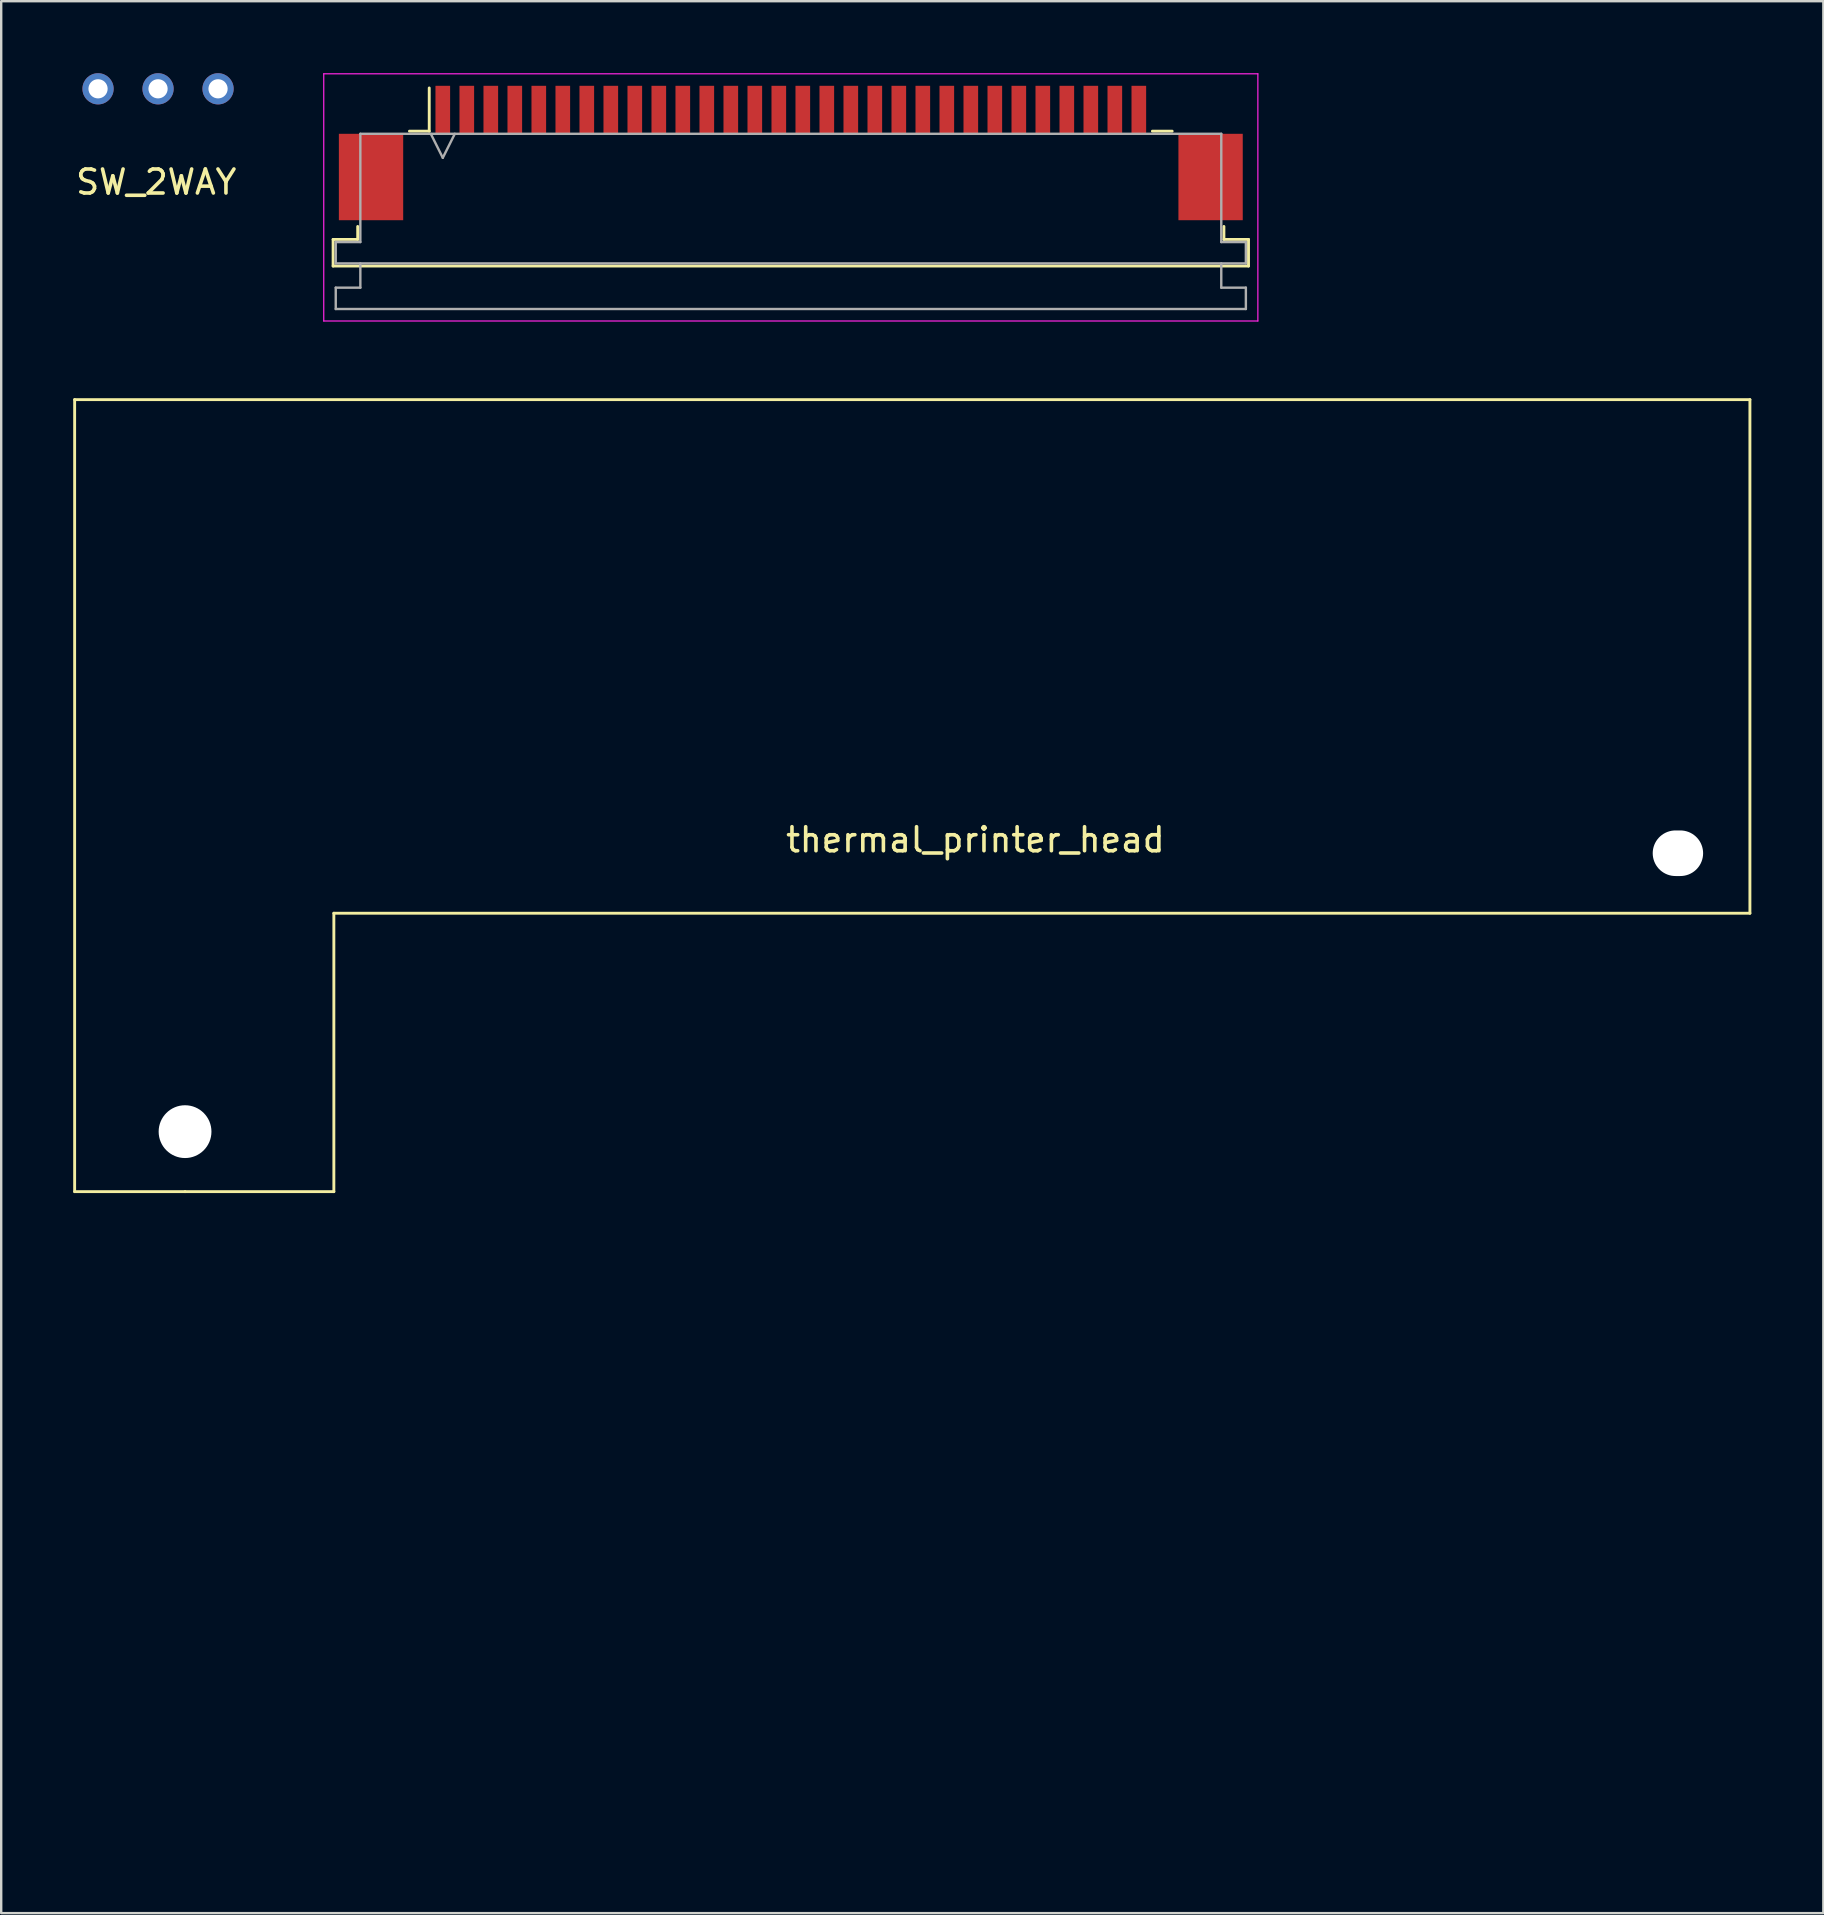
<source format=kicad_pcb>
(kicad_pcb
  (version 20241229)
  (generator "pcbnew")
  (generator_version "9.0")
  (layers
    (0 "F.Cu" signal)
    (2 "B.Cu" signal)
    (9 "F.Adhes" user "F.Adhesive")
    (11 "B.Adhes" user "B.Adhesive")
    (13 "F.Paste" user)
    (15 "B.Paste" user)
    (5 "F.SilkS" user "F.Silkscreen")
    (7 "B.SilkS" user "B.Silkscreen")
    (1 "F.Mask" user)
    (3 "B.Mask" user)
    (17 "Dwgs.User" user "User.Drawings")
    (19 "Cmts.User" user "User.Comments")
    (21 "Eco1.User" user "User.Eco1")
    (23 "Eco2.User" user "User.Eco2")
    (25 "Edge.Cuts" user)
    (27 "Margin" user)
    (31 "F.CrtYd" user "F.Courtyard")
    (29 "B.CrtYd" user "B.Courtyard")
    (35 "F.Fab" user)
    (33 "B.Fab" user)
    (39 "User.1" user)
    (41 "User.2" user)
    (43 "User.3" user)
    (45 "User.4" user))
  (footprint "thermal_printer_head"
    (layer "F.Cu")
    (at 37.56 13.6)
    (property "Reference" "thermal_printer_head" (at 0.03 18.34 0) (layer "F.SilkS") (effects (font (size 1 1) (thickness 0.15))))
    (attr through_hole)
    (fp_line (start -37.5 0) (end -37.5 33) (stroke (width 0.12) (type solid)) (layer "F.SilkS"))
    (fp_line (start -37.5 0) (end 32.3 0) (stroke (width 0.12) (type solid)) (layer "F.SilkS"))
    (fp_line (start -37.5 33) (end -32.9 33) (stroke (width 0.12) (type solid)) (layer "F.SilkS"))
    (fp_line (start -32.9 33) (end -26.7 33) (stroke (width 0.12) (type solid)) (layer "F.SilkS"))
    (fp_line (start -26.7 21.4) (end 32.3 21.4) (stroke (width 0.12) (type solid)) (layer "F.SilkS"))
    (fp_line (start -26.7 33) (end -26.7 21.4) (stroke (width 0.12) (type solid)) (layer "F.SilkS"))
    (fp_line (start 32.3 21.4) (end 32.3 0) (stroke (width 0.12) (type solid)) (layer "F.SilkS"))
    (fp_line (start -32.9 33) (end -32.9 31.45) (stroke (width 0.12) (type solid)) (layer "Eco1.User"))
    (fp_line (start -15.6 0) (end -15.6 60) (stroke (width 0.12) (type solid)) (layer "Eco1.User"))
    (fp_line (start 0 0.03) (end 0 60) (stroke (width 0.12) (type solid)) (layer "Eco1.User"))
    (fp_line (start 15.6 0) (end 15.6 60) (stroke (width 0.12) (type solid)) (layer "Eco1.User"))
    (pad "" np_thru_hole oval (at -32.9 30.5) (size 2.2 2.2) (drill oval 2.2) (layers "*.Cu" "*.Mask"))
    (pad "" np_thru_hole oval (at 29.3 18.9) (size 2.1 1.9) (drill oval 2.1 1.9) (layers "*.Cu" "*.Mask")))
  (footprint "TE_FFP_FFC_1x30-1MP_P1.00mm_Horizontal_reverse"
    (layer "F.Cu")
    (at 29.899 7.135)
    (property "Reference" "TE_FFP_FFC_1x30-1MP_P1.00mm_Horizontal_reverse" (at 0 -1.27 180) (layer "Eco2.User") (effects (font (size 1 1) (thickness 0.15))))
    (attr smd)
    (fp_line (start -19.07 -0.21) (end -18.045 -0.21) (stroke (width 0.12) (type solid)) (layer "F.SilkS"))
    (fp_line (start -19.07 0.9) (end -19.07 -0.21) (stroke (width 0.12) (type solid)) (layer "F.SilkS"))
    (fp_line (start -18.045 -0.21) (end -18.045 -0.75) (stroke (width 0.12) (type solid)) (layer "F.SilkS"))
    (fp_line (start -15.89 -4.72) (end -15.065 -4.72) (stroke (width 0.12) (type solid)) (layer "F.SilkS"))
    (fp_line (start -15.065 -4.72) (end -15.065 -6.52) (stroke (width 0.12) (type solid)) (layer "F.SilkS"))
    (fp_line (start 15.065 -4.72) (end 15.89 -4.72) (stroke (width 0.12) (type solid)) (layer "F.SilkS"))
    (fp_line (start 18.045 -0.75) (end 18.045 -0.21) (stroke (width 0.12) (type solid)) (layer "F.SilkS"))
    (fp_line (start 18.045 -0.21) (end 19.07 -0.21) (stroke (width 0.12) (type solid)) (layer "F.SilkS"))
    (fp_line (start 19.07 -0.21) (end 19.07 0.9) (stroke (width 0.12) (type solid)) (layer "F.SilkS"))
    (fp_line (start 19.07 0.9) (end -19.07 0.9) (stroke (width 0.12) (type solid)) (layer "F.SilkS"))
    (fp_line (start -19.46 -7.11) (end -19.46 3.19) (stroke (width 0.05) (type solid)) (layer "F.CrtYd"))
    (fp_line (start -19.46 3.19) (end 19.46 3.19) (stroke (width 0.05) (type solid)) (layer "F.CrtYd"))
    (fp_line (start 19.46 -7.11) (end -19.46 -7.11) (stroke (width 0.05) (type solid)) (layer "F.CrtYd"))
    (fp_line (start 19.46 3.19) (end 19.46 -7.11) (stroke (width 0.05) (type solid)) (layer "F.CrtYd"))
    (fp_line (start -18.96 -0.1) (end -17.935 -0.1) (stroke (width 0.1) (type solid)) (layer "F.Fab"))
    (fp_line (start -18.96 0.79) (end -18.96 -0.1) (stroke (width 0.1) (type solid)) (layer "F.Fab"))
    (fp_line (start -18.96 1.8) (end -17.935 1.8) (stroke (width 0.1) (type solid)) (layer "F.Fab"))
    (fp_line (start -18.96 2.69) (end -18.96 1.8) (stroke (width 0.1) (type solid)) (layer "F.Fab"))
    (fp_line (start -17.935 -4.61) (end 17.935 -4.61) (stroke (width 0.1) (type solid)) (layer "F.Fab"))
    (fp_line (start -17.935 -0.1) (end -17.935 -4.61) (stroke (width 0.1) (type solid)) (layer "F.Fab"))
    (fp_line (start -17.935 1.8) (end -17.935 0.79) (stroke (width 0.1) (type solid)) (layer "F.Fab"))
    (fp_line (start -15 -4.61) (end -14.5 -3.61) (stroke (width 0.1) (type solid)) (layer "F.Fab"))
    (fp_line (start -14.5 -3.61) (end -14 -4.61) (stroke (width 0.1) (type solid)) (layer "F.Fab"))
    (fp_line (start 17.935 -4.61) (end 17.935 -0.1) (stroke (width 0.1) (type solid)) (layer "F.Fab"))
    (fp_line (start 17.935 -0.1) (end 18.96 -0.1) (stroke (width 0.1) (type solid)) (layer "F.Fab"))
    (fp_line (start 17.935 0.79) (end 17.935 1.8) (stroke (width 0.1) (type solid)) (layer "F.Fab"))
    (fp_line (start 17.935 1.8) (end 18.96 1.8) (stroke (width 0.1) (type solid)) (layer "F.Fab"))
    (fp_line (start 18.96 -0.1) (end 18.96 0.79) (stroke (width 0.1) (type solid)) (layer "F.Fab"))
    (fp_line (start 18.96 0.79) (end -18.96 0.79) (stroke (width 0.1) (type solid)) (layer "F.Fab"))
    (fp_line (start 18.96 1.8) (end 18.96 2.69) (stroke (width 0.1) (type solid)) (layer "F.Fab"))
    (fp_line (start 18.96 2.69) (end -18.96 2.69) (stroke (width 0.1) (type solid)) (layer "F.Fab"))
    (pad "1" smd rect (at 14.5 -5.61) (size 0.61 2) (layers "F.Cu" "F.Mask" "F.Paste"))
    (pad "2" smd rect (at 13.5 -5.61) (size 0.61 2) (layers "F.Cu" "F.Mask" "F.Paste"))
    (pad "3" smd rect (at 12.5 -5.61) (size 0.61 2) (layers "F.Cu" "F.Mask" "F.Paste"))
    (pad "4" smd rect (at 11.5 -5.61) (size 0.61 2) (layers "F.Cu" "F.Mask" "F.Paste"))
    (pad "5" smd rect (at 10.5 -5.61) (size 0.61 2) (layers "F.Cu" "F.Mask" "F.Paste"))
    (pad "6" smd rect (at 9.5 -5.61) (size 0.61 2) (layers "F.Cu" "F.Mask" "F.Paste"))
    (pad "7" smd rect (at 8.5 -5.61) (size 0.61 2) (layers "F.Cu" "F.Mask" "F.Paste"))
    (pad "8" smd rect (at 7.5 -5.61) (size 0.61 2) (layers "F.Cu" "F.Mask" "F.Paste"))
    (pad "9" smd rect (at 6.5 -5.61) (size 0.61 2) (layers "F.Cu" "F.Mask" "F.Paste"))
    (pad "10" smd rect (at 5.5 -5.61) (size 0.61 2) (layers "F.Cu" "F.Mask" "F.Paste"))
    (pad "11" smd rect (at 4.5 -5.61) (size 0.61 2) (layers "F.Cu" "F.Mask" "F.Paste"))
    (pad "12" smd rect (at 3.5 -5.61) (size 0.61 2) (layers "F.Cu" "F.Mask" "F.Paste"))
    (pad "13" smd rect (at 2.5 -5.61) (size 0.61 2) (layers "F.Cu" "F.Mask" "F.Paste"))
    (pad "14" smd rect (at 1.5 -5.61) (size 0.61 2) (layers "F.Cu" "F.Mask" "F.Paste"))
    (pad "15" smd rect (at 0.5 -5.61) (size 0.61 2) (layers "F.Cu" "F.Mask" "F.Paste"))
    (pad "16" smd rect (at -0.5 -5.61) (size 0.61 2) (layers "F.Cu" "F.Mask" "F.Paste"))
    (pad "17" smd rect (at -1.5 -5.61) (size 0.61 2) (layers "F.Cu" "F.Mask" "F.Paste"))
    (pad "18" smd rect (at -2.5 -5.61) (size 0.61 2) (layers "F.Cu" "F.Mask" "F.Paste"))
    (pad "19" smd rect (at -3.5 -5.61) (size 0.61 2) (layers "F.Cu" "F.Mask" "F.Paste"))
    (pad "20" smd rect (at -4.5 -5.61) (size 0.61 2) (layers "F.Cu" "F.Mask" "F.Paste"))
    (pad "21" smd rect (at -5.5 -5.61) (size 0.61 2) (layers "F.Cu" "F.Mask" "F.Paste"))
    (pad "22" smd rect (at -6.5 -5.61) (size 0.61 2) (layers "F.Cu" "F.Mask" "F.Paste"))
    (pad "23" smd rect (at -7.5 -5.61) (size 0.61 2) (layers "F.Cu" "F.Mask" "F.Paste"))
    (pad "24" smd rect (at -8.5 -5.61) (size 0.61 2) (layers "F.Cu" "F.Mask" "F.Paste"))
    (pad "25" smd rect (at -9.5 -5.61) (size 0.61 2) (layers "F.Cu" "F.Mask" "F.Paste"))
    (pad "26" smd rect (at -10.5 -5.61) (size 0.61 2) (layers "F.Cu" "F.Mask" "F.Paste"))
    (pad "27" smd rect (at -11.5 -5.61) (size 0.61 2) (layers "F.Cu" "F.Mask" "F.Paste"))
    (pad "28" smd rect (at -12.5 -5.61) (size 0.61 2) (layers "F.Cu" "F.Mask" "F.Paste"))
    (pad "29" smd rect (at -13.5 -5.61) (size 0.61 2) (layers "F.Cu" "F.Mask" "F.Paste"))
    (pad "30" smd rect (at -14.5 -5.61) (size 0.61 2) (layers "F.Cu" "F.Mask" "F.Paste"))
    (pad "MP" smd rect (at -17.49 -2.81) (size 2.68 3.6) (layers "F.Cu" "F.Mask" "F.Paste"))
    (pad "MP" smd rect (at 17.49 -2.81) (size 2.68 3.6) (layers "F.Cu" "F.Mask" "F.Paste")))
  (footprint "SW_2WAY"
    (layer "F.Cu")
    (at 3.535 0.65)
    (property "Reference" "SW_2WAY" (at -0.076 3.886 0) (layer "F.SilkS") (effects (font (size 1 1) (thickness 0.15))))
    (attr through_hole)
    (pad "1" thru_hole circle (at -2.5 0) (size 1.3 1.3) (drill 0.8) (layers "*.Cu" "*.Mask"))
    (pad "2" thru_hole circle (at 0 0) (size 1.3 1.3) (drill 0.8) (layers "*.Cu" "*.Mask"))
    (pad "3" thru_hole circle (at 2.5 0) (size 1.3 1.3) (drill 0.8) (layers "*.Cu" "*.Mask")))
  (gr_rect
    (start -3 -3)
    (end 72.92 76.66)
    (stroke (width 0.1) (type default))
    (fill no)
    (layer "Edge.Cuts")))
</source>
